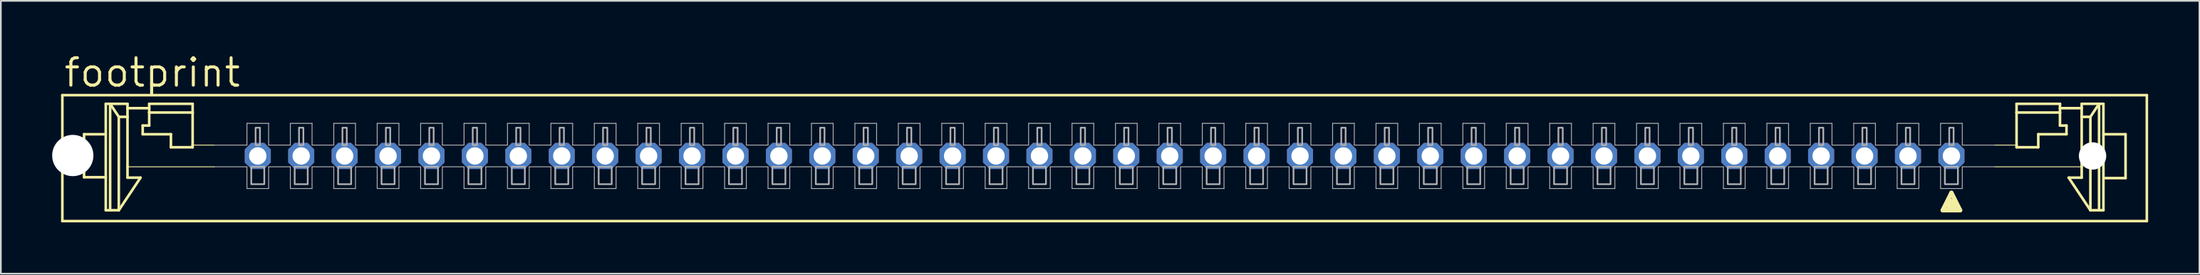
<source format=kicad_pcb>
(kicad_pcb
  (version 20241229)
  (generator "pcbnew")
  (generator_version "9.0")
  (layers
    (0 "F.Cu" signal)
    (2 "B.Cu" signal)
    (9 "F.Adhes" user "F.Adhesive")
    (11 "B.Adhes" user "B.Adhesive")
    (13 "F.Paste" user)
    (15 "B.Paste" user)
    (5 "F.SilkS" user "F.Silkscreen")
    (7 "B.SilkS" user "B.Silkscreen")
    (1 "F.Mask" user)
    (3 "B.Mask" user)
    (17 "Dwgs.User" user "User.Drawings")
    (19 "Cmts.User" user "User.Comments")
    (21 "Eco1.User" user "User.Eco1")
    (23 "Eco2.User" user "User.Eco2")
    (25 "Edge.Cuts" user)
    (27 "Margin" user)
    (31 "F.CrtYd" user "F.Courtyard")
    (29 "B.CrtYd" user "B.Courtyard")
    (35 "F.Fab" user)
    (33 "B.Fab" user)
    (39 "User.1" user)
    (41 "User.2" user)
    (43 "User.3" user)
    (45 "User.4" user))
  (footprint "footprint"
    (layer "F.Cu")
    (at 61.557 6.071)
    (property "Reference" "footprint" (at -60.96 -3.937 0) (layer "F.SilkS") (effects (font (size 1.6 1.6) (thickness 0.178)) (justify left bottom)))
    (fp_line (start -60.96 -3.556) (end -60.96 3.81) (stroke (width 0.152) (type solid)) (layer "F.SilkS"))
    (fp_line (start -60.96 3.81) (end 60.96 3.81) (stroke (width 0.152) (type solid)) (layer "F.SilkS"))
    (fp_line (start -59.69 -1.27) (end -59.69 1.245) (stroke (width 0.152) (type solid)) (layer "F.SilkS"))
    (fp_line (start -59.69 1.245) (end -58.42 1.245) (stroke (width 0.152) (type solid)) (layer "F.SilkS"))
    (fp_line (start -58.42 -3.048) (end -58.42 3.175) (stroke (width 0.152) (type solid)) (layer "F.SilkS"))
    (fp_line (start -58.42 -3.048) (end -58.166 -3.048) (stroke (width 0.152) (type solid)) (layer "F.SilkS"))
    (fp_line (start -58.42 -1.27) (end -59.69 -1.27) (stroke (width 0.152) (type solid)) (layer "F.SilkS"))
    (fp_line (start -58.166 -3.048) (end -58.166 3.175) (stroke (width 0.152) (type solid)) (layer "F.SilkS"))
    (fp_line (start -58.166 -3.048) (end -57.658 -2.286) (stroke (width 0.152) (type solid)) (layer "F.SilkS"))
    (fp_line (start -58.166 -3.048) (end -57.15 -3.048) (stroke (width 0.152) (type solid)) (layer "F.SilkS"))
    (fp_line (start -58.166 3.175) (end -58.42 3.175) (stroke (width 0.152) (type solid)) (layer "F.SilkS"))
    (fp_line (start -57.658 3.175) (end -58.166 3.175) (stroke (width 0.152) (type solid)) (layer "F.SilkS"))
    (fp_line (start -57.658 3.175) (end -57.658 -2.286) (stroke (width 0.152) (type solid)) (layer "F.SilkS"))
    (fp_line (start -57.15 -3.048) (end -57.15 -2.794) (stroke (width 0.152) (type solid)) (layer "F.SilkS"))
    (fp_line (start -57.15 -2.794) (end -57.15 -2.286) (stroke (width 0.152) (type solid)) (layer "F.SilkS"))
    (fp_line (start -57.15 -2.794) (end -55.88 -2.794) (stroke (width 0.152) (type solid)) (layer "F.SilkS"))
    (fp_line (start -57.15 -2.286) (end -57.658 -2.286) (stroke (width 0.152) (type solid)) (layer "F.SilkS"))
    (fp_line (start -57.15 0.635) (end -57.15 -2.286) (stroke (width 0.152) (type solid)) (layer "F.SilkS"))
    (fp_line (start -57.15 1.27) (end -57.15 0.635) (stroke (width 0.152) (type solid)) (layer "F.SilkS"))
    (fp_line (start -57.15 1.27) (end -56.388 1.27) (stroke (width 0.152) (type solid)) (layer "F.SilkS"))
    (fp_line (start -56.388 1.27) (end -57.658 3.175) (stroke (width 0.152) (type solid)) (layer "F.SilkS"))
    (fp_line (start -56.261 -1.778) (end -55.88 -1.778) (stroke (width 0.152) (type solid)) (layer "F.SilkS"))
    (fp_line (start -56.261 -1.27) (end -56.261 -1.778) (stroke (width 0.152) (type solid)) (layer "F.SilkS"))
    (fp_line (start -55.88 -3.048) (end -53.34 -3.048) (stroke (width 0.152) (type solid)) (layer "F.SilkS"))
    (fp_line (start -55.88 -2.794) (end -55.88 -3.048) (stroke (width 0.152) (type solid)) (layer "F.SilkS"))
    (fp_line (start -55.88 -2.54) (end -55.88 -2.794) (stroke (width 0.152) (type solid)) (layer "F.SilkS"))
    (fp_line (start -55.88 -2.54) (end -53.34 -2.54) (stroke (width 0.152) (type solid)) (layer "F.SilkS"))
    (fp_line (start -55.88 -1.778) (end -55.88 -2.54) (stroke (width 0.152) (type solid)) (layer "F.SilkS"))
    (fp_line (start -54.61 -1.27) (end -56.261 -1.27) (stroke (width 0.152) (type solid)) (layer "F.SilkS"))
    (fp_line (start -54.61 -0.508) (end -54.61 -1.27) (stroke (width 0.152) (type solid)) (layer "F.SilkS"))
    (fp_line (start -53.34 -3.048) (end -53.34 -2.54) (stroke (width 0.152) (type solid)) (layer "F.SilkS"))
    (fp_line (start -53.34 -2.54) (end -53.34 -0.635) (stroke (width 0.152) (type solid)) (layer "F.SilkS"))
    (fp_line (start -53.34 -0.635) (end -53.34 -0.508) (stroke (width 0.152) (type solid)) (layer "F.SilkS"))
    (fp_line (start -53.34 -0.508) (end -54.61 -0.508) (stroke (width 0.152) (type solid)) (layer "F.SilkS"))
    (fp_line (start -52.07 -0.635) (end -53.34 -0.635) (stroke (width 0.051) (type solid)) (layer "F.SilkS"))
    (fp_line (start -52.07 0.635) (end -57.15 0.635) (stroke (width 0.051) (type solid)) (layer "F.SilkS"))
    (fp_line (start 49.022 3.175) (end 50.038 3.175) (stroke (width 0.254) (type solid)) (layer "F.SilkS"))
    (fp_line (start 49.53 2.159) (end 49.022 3.175) (stroke (width 0.254) (type solid)) (layer "F.SilkS"))
    (fp_line (start 49.53 2.794) (end 49.53 2.921) (stroke (width 0.61) (type solid)) (layer "F.SilkS"))
    (fp_line (start 50.038 3.175) (end 49.53 2.159) (stroke (width 0.254) (type solid)) (layer "F.SilkS"))
    (fp_line (start 52.07 0.635) (end 57.15 0.635) (stroke (width 0.051) (type solid)) (layer "F.SilkS"))
    (fp_line (start 53.34 -3.048) (end 53.34 -2.54) (stroke (width 0.152) (type solid)) (layer "F.SilkS"))
    (fp_line (start 53.34 -2.54) (end 53.34 -0.635) (stroke (width 0.152) (type solid)) (layer "F.SilkS"))
    (fp_line (start 53.34 -0.635) (end 52.07 -0.635) (stroke (width 0.051) (type solid)) (layer "F.SilkS"))
    (fp_line (start 53.34 -0.635) (end 53.34 -0.508) (stroke (width 0.152) (type solid)) (layer "F.SilkS"))
    (fp_line (start 53.34 -0.508) (end 54.61 -0.508) (stroke (width 0.152) (type solid)) (layer "F.SilkS"))
    (fp_line (start 54.61 -1.27) (end 56.261 -1.27) (stroke (width 0.152) (type solid)) (layer "F.SilkS"))
    (fp_line (start 54.61 -0.508) (end 54.61 -1.27) (stroke (width 0.152) (type solid)) (layer "F.SilkS"))
    (fp_line (start 55.88 -3.048) (end 53.34 -3.048) (stroke (width 0.152) (type solid)) (layer "F.SilkS"))
    (fp_line (start 55.88 -2.794) (end 55.88 -3.048) (stroke (width 0.152) (type solid)) (layer "F.SilkS"))
    (fp_line (start 55.88 -2.54) (end 53.34 -2.54) (stroke (width 0.152) (type solid)) (layer "F.SilkS"))
    (fp_line (start 55.88 -2.54) (end 55.88 -2.794) (stroke (width 0.152) (type solid)) (layer "F.SilkS"))
    (fp_line (start 55.88 -1.778) (end 55.88 -2.54) (stroke (width 0.152) (type solid)) (layer "F.SilkS"))
    (fp_line (start 56.261 -1.778) (end 55.88 -1.778) (stroke (width 0.152) (type solid)) (layer "F.SilkS"))
    (fp_line (start 56.261 -1.27) (end 56.261 -1.778) (stroke (width 0.152) (type solid)) (layer "F.SilkS"))
    (fp_line (start 56.388 1.27) (end 57.658 3.175) (stroke (width 0.152) (type solid)) (layer "F.SilkS"))
    (fp_line (start 57.15 -3.048) (end 57.15 -2.794) (stroke (width 0.152) (type solid)) (layer "F.SilkS"))
    (fp_line (start 57.15 -2.794) (end 55.88 -2.794) (stroke (width 0.152) (type solid)) (layer "F.SilkS"))
    (fp_line (start 57.15 -2.794) (end 57.15 -2.286) (stroke (width 0.152) (type solid)) (layer "F.SilkS"))
    (fp_line (start 57.15 -2.286) (end 57.15 0.635) (stroke (width 0.152) (type solid)) (layer "F.SilkS"))
    (fp_line (start 57.15 -2.286) (end 57.658 -2.286) (stroke (width 0.152) (type solid)) (layer "F.SilkS"))
    (fp_line (start 57.15 0.635) (end 57.15 1.27) (stroke (width 0.152) (type solid)) (layer "F.SilkS"))
    (fp_line (start 57.15 1.27) (end 56.388 1.27) (stroke (width 0.152) (type solid)) (layer "F.SilkS"))
    (fp_line (start 57.658 3.175) (end 57.658 -2.286) (stroke (width 0.152) (type solid)) (layer "F.SilkS"))
    (fp_line (start 57.658 3.175) (end 58.166 3.175) (stroke (width 0.152) (type solid)) (layer "F.SilkS"))
    (fp_line (start 58.166 -3.048) (end 57.15 -3.048) (stroke (width 0.152) (type solid)) (layer "F.SilkS"))
    (fp_line (start 58.166 -3.048) (end 57.658 -2.286) (stroke (width 0.152) (type solid)) (layer "F.SilkS"))
    (fp_line (start 58.166 -3.048) (end 58.166 3.175) (stroke (width 0.152) (type solid)) (layer "F.SilkS"))
    (fp_line (start 58.166 3.175) (end 58.42 3.175) (stroke (width 0.152) (type solid)) (layer "F.SilkS"))
    (fp_line (start 58.42 -3.048) (end 58.166 -3.048) (stroke (width 0.152) (type solid)) (layer "F.SilkS"))
    (fp_line (start 58.42 -3.048) (end 58.42 3.175) (stroke (width 0.152) (type solid)) (layer "F.SilkS"))
    (fp_line (start 58.42 -1.27) (end 59.715 -1.27) (stroke (width 0.152) (type solid)) (layer "F.SilkS"))
    (fp_line (start 59.715 -1.27) (end 59.715 1.295) (stroke (width 0.152) (type solid)) (layer "F.SilkS"))
    (fp_line (start 59.715 1.295) (end 58.522 1.295) (stroke (width 0.152) (type solid)) (layer "F.SilkS"))
    (fp_line (start 60.96 -3.556) (end -60.96 -3.556) (stroke (width 0.152) (type solid)) (layer "F.SilkS"))
    (fp_line (start 60.96 3.81) (end 60.96 -3.556) (stroke (width 0.152) (type solid)) (layer "F.SilkS"))
    (fp_line (start -50.165 -0.635) (end -52.07 -0.635) (stroke (width 0.051) (type solid)) (layer "F.Fab"))
    (fp_line (start -50.165 -0.635) (end -50.165 -1.905) (stroke (width 0.051) (type solid)) (layer "F.Fab"))
    (fp_line (start -50.165 0.635) (end -52.07 0.635) (stroke (width 0.051) (type solid)) (layer "F.Fab"))
    (fp_line (start -50.165 0.635) (end -50.165 1.905) (stroke (width 0.051) (type solid)) (layer "F.Fab"))
    (fp_line (start -48.895 -1.905) (end -50.165 -1.905) (stroke (width 0.051) (type solid)) (layer "F.Fab"))
    (fp_line (start -48.895 -1.905) (end -48.895 -0.635) (stroke (width 0.051) (type solid)) (layer "F.Fab"))
    (fp_line (start -48.895 1.905) (end -50.165 1.905) (stroke (width 0.051) (type solid)) (layer "F.Fab"))
    (fp_line (start -48.895 1.905) (end -48.895 0.635) (stroke (width 0.051) (type solid)) (layer "F.Fab"))
    (fp_line (start -47.625 -0.635) (end -48.895 -0.635) (stroke (width 0.051) (type solid)) (layer "F.Fab"))
    (fp_line (start -47.625 -0.635) (end -47.625 -1.905) (stroke (width 0.051) (type solid)) (layer "F.Fab"))
    (fp_line (start -47.625 0.635) (end -48.895 0.635) (stroke (width 0.051) (type solid)) (layer "F.Fab"))
    (fp_line (start -47.625 0.635) (end -47.625 1.905) (stroke (width 0.051) (type solid)) (layer "F.Fab"))
    (fp_line (start -46.355 -1.905) (end -47.625 -1.905) (stroke (width 0.051) (type solid)) (layer "F.Fab"))
    (fp_line (start -46.355 -1.905) (end -46.355 -0.635) (stroke (width 0.051) (type solid)) (layer "F.Fab"))
    (fp_line (start -46.355 1.905) (end -47.625 1.905) (stroke (width 0.051) (type solid)) (layer "F.Fab"))
    (fp_line (start -46.355 1.905) (end -46.355 0.635) (stroke (width 0.051) (type solid)) (layer "F.Fab"))
    (fp_line (start -45.085 -0.635) (end -46.355 -0.635) (stroke (width 0.051) (type solid)) (layer "F.Fab"))
    (fp_line (start -45.085 -0.635) (end -45.085 -1.905) (stroke (width 0.051) (type solid)) (layer "F.Fab"))
    (fp_line (start -45.085 0.635) (end -46.355 0.635) (stroke (width 0.051) (type solid)) (layer "F.Fab"))
    (fp_line (start -45.085 0.635) (end -45.085 1.905) (stroke (width 0.051) (type solid)) (layer "F.Fab"))
    (fp_line (start -43.815 -1.905) (end -45.085 -1.905) (stroke (width 0.051) (type solid)) (layer "F.Fab"))
    (fp_line (start -43.815 -1.905) (end -43.815 -0.635) (stroke (width 0.051) (type solid)) (layer "F.Fab"))
    (fp_line (start -43.815 1.905) (end -45.085 1.905) (stroke (width 0.051) (type solid)) (layer "F.Fab"))
    (fp_line (start -43.815 1.905) (end -43.815 0.635) (stroke (width 0.051) (type solid)) (layer "F.Fab"))
    (fp_line (start -42.545 -0.635) (end -43.815 -0.635) (stroke (width 0.051) (type solid)) (layer "F.Fab"))
    (fp_line (start -42.545 -0.635) (end -42.545 -1.905) (stroke (width 0.051) (type solid)) (layer "F.Fab"))
    (fp_line (start -42.545 0.635) (end -43.815 0.635) (stroke (width 0.051) (type solid)) (layer "F.Fab"))
    (fp_line (start -42.545 0.635) (end -42.545 1.905) (stroke (width 0.051) (type solid)) (layer "F.Fab"))
    (fp_line (start -41.275 -1.905) (end -42.545 -1.905) (stroke (width 0.051) (type solid)) (layer "F.Fab"))
    (fp_line (start -41.275 -1.905) (end -41.275 -0.635) (stroke (width 0.051) (type solid)) (layer "F.Fab"))
    (fp_line (start -41.275 1.905) (end -42.545 1.905) (stroke (width 0.051) (type solid)) (layer "F.Fab"))
    (fp_line (start -41.275 1.905) (end -41.275 0.635) (stroke (width 0.051) (type solid)) (layer "F.Fab"))
    (fp_line (start -40.005 -0.635) (end -41.275 -0.635) (stroke (width 0.051) (type solid)) (layer "F.Fab"))
    (fp_line (start -40.005 -0.635) (end -40.005 -1.905) (stroke (width 0.051) (type solid)) (layer "F.Fab"))
    (fp_line (start -40.005 0.635) (end -41.275 0.635) (stroke (width 0.051) (type solid)) (layer "F.Fab"))
    (fp_line (start -40.005 0.635) (end -40.005 1.905) (stroke (width 0.051) (type solid)) (layer "F.Fab"))
    (fp_line (start -38.735 -1.905) (end -40.005 -1.905) (stroke (width 0.051) (type solid)) (layer "F.Fab"))
    (fp_line (start -38.735 -1.905) (end -38.735 -0.635) (stroke (width 0.051) (type solid)) (layer "F.Fab"))
    (fp_line (start -38.735 1.905) (end -40.005 1.905) (stroke (width 0.051) (type solid)) (layer "F.Fab"))
    (fp_line (start -38.735 1.905) (end -38.735 0.635) (stroke (width 0.051) (type solid)) (layer "F.Fab"))
    (fp_line (start -37.465 -0.635) (end -38.735 -0.635) (stroke (width 0.051) (type solid)) (layer "F.Fab"))
    (fp_line (start -37.465 -0.635) (end -37.465 -1.905) (stroke (width 0.051) (type solid)) (layer "F.Fab"))
    (fp_line (start -37.465 0.635) (end -38.735 0.635) (stroke (width 0.051) (type solid)) (layer "F.Fab"))
    (fp_line (start -37.465 0.635) (end -37.465 1.905) (stroke (width 0.051) (type solid)) (layer "F.Fab"))
    (fp_line (start -36.195 -1.905) (end -37.465 -1.905) (stroke (width 0.051) (type solid)) (layer "F.Fab"))
    (fp_line (start -36.195 -1.905) (end -36.195 -0.635) (stroke (width 0.051) (type solid)) (layer "F.Fab"))
    (fp_line (start -36.195 1.905) (end -37.465 1.905) (stroke (width 0.051) (type solid)) (layer "F.Fab"))
    (fp_line (start -36.195 1.905) (end -36.195 0.635) (stroke (width 0.051) (type solid)) (layer "F.Fab"))
    (fp_line (start -34.925 -0.635) (end -36.195 -0.635) (stroke (width 0.051) (type solid)) (layer "F.Fab"))
    (fp_line (start -34.925 -0.635) (end -34.925 -1.905) (stroke (width 0.051) (type solid)) (layer "F.Fab"))
    (fp_line (start -34.925 0.635) (end -36.195 0.635) (stroke (width 0.051) (type solid)) (layer "F.Fab"))
    (fp_line (start -34.925 0.635) (end -34.925 1.905) (stroke (width 0.051) (type solid)) (layer "F.Fab"))
    (fp_line (start -33.655 -1.905) (end -34.925 -1.905) (stroke (width 0.051) (type solid)) (layer "F.Fab"))
    (fp_line (start -33.655 -1.905) (end -33.655 -0.635) (stroke (width 0.051) (type solid)) (layer "F.Fab"))
    (fp_line (start -33.655 1.905) (end -34.925 1.905) (stroke (width 0.051) (type solid)) (layer "F.Fab"))
    (fp_line (start -33.655 1.905) (end -33.655 0.635) (stroke (width 0.051) (type solid)) (layer "F.Fab"))
    (fp_line (start -32.385 -0.635) (end -33.655 -0.635) (stroke (width 0.051) (type solid)) (layer "F.Fab"))
    (fp_line (start -32.385 -0.635) (end -32.385 -1.905) (stroke (width 0.051) (type solid)) (layer "F.Fab"))
    (fp_line (start -32.385 0.635) (end -33.655 0.635) (stroke (width 0.051) (type solid)) (layer "F.Fab"))
    (fp_line (start -32.385 0.635) (end -32.385 1.905) (stroke (width 0.051) (type solid)) (layer "F.Fab"))
    (fp_line (start -31.115 -1.905) (end -32.385 -1.905) (stroke (width 0.051) (type solid)) (layer "F.Fab"))
    (fp_line (start -31.115 -1.905) (end -31.115 -0.635) (stroke (width 0.051) (type solid)) (layer "F.Fab"))
    (fp_line (start -31.115 1.905) (end -32.385 1.905) (stroke (width 0.051) (type solid)) (layer "F.Fab"))
    (fp_line (start -31.115 1.905) (end -31.115 0.635) (stroke (width 0.051) (type solid)) (layer "F.Fab"))
    (fp_line (start -29.845 -0.635) (end -31.115 -0.635) (stroke (width 0.051) (type solid)) (layer "F.Fab"))
    (fp_line (start -29.845 -0.635) (end -29.845 -1.905) (stroke (width 0.051) (type solid)) (layer "F.Fab"))
    (fp_line (start -29.845 0.635) (end -31.115 0.635) (stroke (width 0.051) (type solid)) (layer "F.Fab"))
    (fp_line (start -29.845 0.635) (end -29.845 1.905) (stroke (width 0.051) (type solid)) (layer "F.Fab"))
    (fp_line (start -28.575 -1.905) (end -29.845 -1.905) (stroke (width 0.051) (type solid)) (layer "F.Fab"))
    (fp_line (start -28.575 -1.905) (end -28.575 -0.635) (stroke (width 0.051) (type solid)) (layer "F.Fab"))
    (fp_line (start -28.575 1.905) (end -29.845 1.905) (stroke (width 0.051) (type solid)) (layer "F.Fab"))
    (fp_line (start -28.575 1.905) (end -28.575 0.635) (stroke (width 0.051) (type solid)) (layer "F.Fab"))
    (fp_line (start -27.305 -0.635) (end -28.575 -0.635) (stroke (width 0.051) (type solid)) (layer "F.Fab"))
    (fp_line (start -27.305 -0.635) (end -27.305 -1.905) (stroke (width 0.051) (type solid)) (layer "F.Fab"))
    (fp_line (start -27.305 0.635) (end -28.575 0.635) (stroke (width 0.051) (type solid)) (layer "F.Fab"))
    (fp_line (start -27.305 0.635) (end -27.305 1.905) (stroke (width 0.051) (type solid)) (layer "F.Fab"))
    (fp_line (start -26.035 -1.905) (end -27.305 -1.905) (stroke (width 0.051) (type solid)) (layer "F.Fab"))
    (fp_line (start -26.035 -1.905) (end -26.035 -0.635) (stroke (width 0.051) (type solid)) (layer "F.Fab"))
    (fp_line (start -26.035 1.905) (end -27.305 1.905) (stroke (width 0.051) (type solid)) (layer "F.Fab"))
    (fp_line (start -26.035 1.905) (end -26.035 0.635) (stroke (width 0.051) (type solid)) (layer "F.Fab"))
    (fp_line (start -24.765 -0.635) (end -26.035 -0.635) (stroke (width 0.051) (type solid)) (layer "F.Fab"))
    (fp_line (start -24.765 -0.635) (end -24.765 -1.905) (stroke (width 0.051) (type solid)) (layer "F.Fab"))
    (fp_line (start -24.765 0.635) (end -26.035 0.635) (stroke (width 0.051) (type solid)) (layer "F.Fab"))
    (fp_line (start -24.765 0.635) (end -24.765 1.905) (stroke (width 0.051) (type solid)) (layer "F.Fab"))
    (fp_line (start -23.495 -1.905) (end -24.765 -1.905) (stroke (width 0.051) (type solid)) (layer "F.Fab"))
    (fp_line (start -23.495 -1.905) (end -23.495 -0.635) (stroke (width 0.051) (type solid)) (layer "F.Fab"))
    (fp_line (start -23.495 1.905) (end -24.765 1.905) (stroke (width 0.051) (type solid)) (layer "F.Fab"))
    (fp_line (start -23.495 1.905) (end -23.495 0.635) (stroke (width 0.051) (type solid)) (layer "F.Fab"))
    (fp_line (start -22.225 -0.635) (end -23.495 -0.635) (stroke (width 0.051) (type solid)) (layer "F.Fab"))
    (fp_line (start -22.225 -0.635) (end -22.225 -1.905) (stroke (width 0.051) (type solid)) (layer "F.Fab"))
    (fp_line (start -22.225 0.635) (end -23.495 0.635) (stroke (width 0.051) (type solid)) (layer "F.Fab"))
    (fp_line (start -22.225 0.635) (end -22.225 1.905) (stroke (width 0.051) (type solid)) (layer "F.Fab"))
    (fp_line (start -20.955 -1.905) (end -22.225 -1.905) (stroke (width 0.051) (type solid)) (layer "F.Fab"))
    (fp_line (start -20.955 -1.905) (end -20.955 -0.635) (stroke (width 0.051) (type solid)) (layer "F.Fab"))
    (fp_line (start -20.955 1.905) (end -22.225 1.905) (stroke (width 0.051) (type solid)) (layer "F.Fab"))
    (fp_line (start -20.955 1.905) (end -20.955 0.635) (stroke (width 0.051) (type solid)) (layer "F.Fab"))
    (fp_line (start -19.685 -0.635) (end -20.955 -0.635) (stroke (width 0.051) (type solid)) (layer "F.Fab"))
    (fp_line (start -19.685 -0.635) (end -19.685 -1.905) (stroke (width 0.051) (type solid)) (layer "F.Fab"))
    (fp_line (start -19.685 0.635) (end -20.955 0.635) (stroke (width 0.051) (type solid)) (layer "F.Fab"))
    (fp_line (start -19.685 0.635) (end -19.685 1.905) (stroke (width 0.051) (type solid)) (layer "F.Fab"))
    (fp_line (start -18.415 -1.905) (end -19.685 -1.905) (stroke (width 0.051) (type solid)) (layer "F.Fab"))
    (fp_line (start -18.415 -1.905) (end -18.415 -0.635) (stroke (width 0.051) (type solid)) (layer "F.Fab"))
    (fp_line (start -18.415 1.905) (end -19.685 1.905) (stroke (width 0.051) (type solid)) (layer "F.Fab"))
    (fp_line (start -18.415 1.905) (end -18.415 0.635) (stroke (width 0.051) (type solid)) (layer "F.Fab"))
    (fp_line (start -17.145 -0.635) (end -18.415 -0.635) (stroke (width 0.051) (type solid)) (layer "F.Fab"))
    (fp_line (start -17.145 -0.635) (end -17.145 -1.905) (stroke (width 0.051) (type solid)) (layer "F.Fab"))
    (fp_line (start -17.145 0.635) (end -18.415 0.635) (stroke (width 0.051) (type solid)) (layer "F.Fab"))
    (fp_line (start -17.145 0.635) (end -17.145 1.905) (stroke (width 0.051) (type solid)) (layer "F.Fab"))
    (fp_line (start -15.875 -1.905) (end -17.145 -1.905) (stroke (width 0.051) (type solid)) (layer "F.Fab"))
    (fp_line (start -15.875 -1.905) (end -15.875 -0.635) (stroke (width 0.051) (type solid)) (layer "F.Fab"))
    (fp_line (start -15.875 1.905) (end -17.145 1.905) (stroke (width 0.051) (type solid)) (layer "F.Fab"))
    (fp_line (start -15.875 1.905) (end -15.875 0.635) (stroke (width 0.051) (type solid)) (layer "F.Fab"))
    (fp_line (start -14.605 -0.635) (end -15.875 -0.635) (stroke (width 0.051) (type solid)) (layer "F.Fab"))
    (fp_line (start -14.605 -0.635) (end -14.605 -1.905) (stroke (width 0.051) (type solid)) (layer "F.Fab"))
    (fp_line (start -14.605 0.635) (end -15.875 0.635) (stroke (width 0.051) (type solid)) (layer "F.Fab"))
    (fp_line (start -14.605 0.635) (end -14.605 1.905) (stroke (width 0.051) (type solid)) (layer "F.Fab"))
    (fp_line (start -13.335 -1.905) (end -14.605 -1.905) (stroke (width 0.051) (type solid)) (layer "F.Fab"))
    (fp_line (start -13.335 -1.905) (end -13.335 -0.635) (stroke (width 0.051) (type solid)) (layer "F.Fab"))
    (fp_line (start -13.335 1.905) (end -14.605 1.905) (stroke (width 0.051) (type solid)) (layer "F.Fab"))
    (fp_line (start -13.335 1.905) (end -13.335 0.635) (stroke (width 0.051) (type solid)) (layer "F.Fab"))
    (fp_line (start -12.065 -0.635) (end -13.335 -0.635) (stroke (width 0.051) (type solid)) (layer "F.Fab"))
    (fp_line (start -12.065 -0.635) (end -12.065 -1.905) (stroke (width 0.051) (type solid)) (layer "F.Fab"))
    (fp_line (start -12.065 0.635) (end -13.335 0.635) (stroke (width 0.051) (type solid)) (layer "F.Fab"))
    (fp_line (start -12.065 0.635) (end -12.065 1.905) (stroke (width 0.051) (type solid)) (layer "F.Fab"))
    (fp_line (start -10.795 -1.905) (end -12.065 -1.905) (stroke (width 0.051) (type solid)) (layer "F.Fab"))
    (fp_line (start -10.795 -1.905) (end -10.795 -0.635) (stroke (width 0.051) (type solid)) (layer "F.Fab"))
    (fp_line (start -10.795 1.905) (end -12.065 1.905) (stroke (width 0.051) (type solid)) (layer "F.Fab"))
    (fp_line (start -10.795 1.905) (end -10.795 0.635) (stroke (width 0.051) (type solid)) (layer "F.Fab"))
    (fp_line (start -9.525 -0.635) (end -10.795 -0.635) (stroke (width 0.051) (type solid)) (layer "F.Fab"))
    (fp_line (start -9.525 -0.635) (end -9.525 -1.905) (stroke (width 0.051) (type solid)) (layer "F.Fab"))
    (fp_line (start -9.525 0.635) (end -10.795 0.635) (stroke (width 0.051) (type solid)) (layer "F.Fab"))
    (fp_line (start -9.525 0.635) (end -9.525 1.905) (stroke (width 0.051) (type solid)) (layer "F.Fab"))
    (fp_line (start -8.255 -1.905) (end -9.525 -1.905) (stroke (width 0.051) (type solid)) (layer "F.Fab"))
    (fp_line (start -8.255 -1.905) (end -8.255 -0.635) (stroke (width 0.051) (type solid)) (layer "F.Fab"))
    (fp_line (start -8.255 1.905) (end -9.525 1.905) (stroke (width 0.051) (type solid)) (layer "F.Fab"))
    (fp_line (start -8.255 1.905) (end -8.255 0.635) (stroke (width 0.051) (type solid)) (layer "F.Fab"))
    (fp_line (start -6.985 -0.635) (end -8.255 -0.635) (stroke (width 0.051) (type solid)) (layer "F.Fab"))
    (fp_line (start -6.985 -0.635) (end -6.985 -1.905) (stroke (width 0.051) (type solid)) (layer "F.Fab"))
    (fp_line (start -6.985 0.635) (end -8.255 0.635) (stroke (width 0.051) (type solid)) (layer "F.Fab"))
    (fp_line (start -6.985 0.635) (end -6.985 1.905) (stroke (width 0.051) (type solid)) (layer "F.Fab"))
    (fp_line (start -5.715 -1.905) (end -6.985 -1.905) (stroke (width 0.051) (type solid)) (layer "F.Fab"))
    (fp_line (start -5.715 -1.905) (end -5.715 -0.635) (stroke (width 0.051) (type solid)) (layer "F.Fab"))
    (fp_line (start -5.715 1.905) (end -6.985 1.905) (stroke (width 0.051) (type solid)) (layer "F.Fab"))
    (fp_line (start -5.715 1.905) (end -5.715 0.635) (stroke (width 0.051) (type solid)) (layer "F.Fab"))
    (fp_line (start -4.445 -1.905) (end -3.175 -1.905) (stroke (width 0.051) (type solid)) (layer "F.Fab"))
    (fp_line (start -4.445 -0.635) (end -5.715 -0.635) (stroke (width 0.051) (type solid)) (layer "F.Fab"))
    (fp_line (start -4.445 -0.635) (end -4.445 -1.905) (stroke (width 0.051) (type solid)) (layer "F.Fab"))
    (fp_line (start -4.445 0.635) (end -5.715 0.635) (stroke (width 0.051) (type solid)) (layer "F.Fab"))
    (fp_line (start -4.445 1.905) (end -4.445 0.635) (stroke (width 0.051) (type solid)) (layer "F.Fab"))
    (fp_line (start -4.445 1.905) (end -3.175 1.905) (stroke (width 0.051) (type solid)) (layer "F.Fab"))
    (fp_line (start -3.175 -1.905) (end -3.175 -0.635) (stroke (width 0.051) (type solid)) (layer "F.Fab"))
    (fp_line (start -3.175 -0.635) (end -1.905 -0.635) (stroke (width 0.051) (type solid)) (layer "F.Fab"))
    (fp_line (start -3.175 0.635) (end -1.905 0.635) (stroke (width 0.051) (type solid)) (layer "F.Fab"))
    (fp_line (start -3.175 1.905) (end -3.175 0.635) (stroke (width 0.051) (type solid)) (layer "F.Fab"))
    (fp_line (start -1.905 -1.905) (end -0.635 -1.905) (stroke (width 0.051) (type solid)) (layer "F.Fab"))
    (fp_line (start -1.905 -0.635) (end -1.905 -1.905) (stroke (width 0.051) (type solid)) (layer "F.Fab"))
    (fp_line (start -1.905 0.635) (end -1.905 1.905) (stroke (width 0.051) (type solid)) (layer "F.Fab"))
    (fp_line (start -1.905 1.905) (end -0.635 1.905) (stroke (width 0.051) (type solid)) (layer "F.Fab"))
    (fp_line (start -0.635 -1.905) (end -0.635 -0.635) (stroke (width 0.051) (type solid)) (layer "F.Fab"))
    (fp_line (start -0.635 -0.635) (end 0.635 -0.635) (stroke (width 0.051) (type solid)) (layer "F.Fab"))
    (fp_line (start -0.635 0.635) (end -0.635 1.905) (stroke (width 0.051) (type solid)) (layer "F.Fab"))
    (fp_line (start -0.635 0.635) (end 0.635 0.635) (stroke (width 0.051) (type solid)) (layer "F.Fab"))
    (fp_line (start 0.635 -0.635) (end 0.635 -1.905) (stroke (width 0.051) (type solid)) (layer "F.Fab"))
    (fp_line (start 0.635 1.905) (end 0.635 0.635) (stroke (width 0.051) (type solid)) (layer "F.Fab"))
    (fp_line (start 0.635 1.905) (end 1.905 1.905) (stroke (width 0.051) (type solid)) (layer "F.Fab"))
    (fp_line (start 1.905 -1.905) (end 0.635 -1.905) (stroke (width 0.051) (type solid)) (layer "F.Fab"))
    (fp_line (start 1.905 -1.905) (end 1.905 -0.635) (stroke (width 0.051) (type solid)) (layer "F.Fab"))
    (fp_line (start 1.905 0.635) (end 3.175 0.635) (stroke (width 0.051) (type solid)) (layer "F.Fab"))
    (fp_line (start 1.905 1.905) (end 1.905 0.635) (stroke (width 0.051) (type solid)) (layer "F.Fab"))
    (fp_line (start 3.175 -0.635) (end 1.905 -0.635) (stroke (width 0.051) (type solid)) (layer "F.Fab"))
    (fp_line (start 3.175 -0.635) (end 3.175 -1.905) (stroke (width 0.051) (type solid)) (layer "F.Fab"))
    (fp_line (start 3.175 1.905) (end 3.175 0.635) (stroke (width 0.051) (type solid)) (layer "F.Fab"))
    (fp_line (start 3.175 1.905) (end 4.445 1.905) (stroke (width 0.051) (type solid)) (layer "F.Fab"))
    (fp_line (start 4.445 -1.905) (end 3.175 -1.905) (stroke (width 0.051) (type solid)) (layer "F.Fab"))
    (fp_line (start 4.445 -1.905) (end 4.445 -0.635) (stroke (width 0.051) (type solid)) (layer "F.Fab"))
    (fp_line (start 4.445 0.635) (end 5.715 0.635) (stroke (width 0.051) (type solid)) (layer "F.Fab"))
    (fp_line (start 4.445 1.905) (end 4.445 0.635) (stroke (width 0.051) (type solid)) (layer "F.Fab"))
    (fp_line (start 5.715 -0.635) (end 4.445 -0.635) (stroke (width 0.051) (type solid)) (layer "F.Fab"))
    (fp_line (start 5.715 -0.635) (end 5.715 -1.905) (stroke (width 0.051) (type solid)) (layer "F.Fab"))
    (fp_line (start 5.715 1.905) (end 5.715 0.635) (stroke (width 0.051) (type solid)) (layer "F.Fab"))
    (fp_line (start 5.715 1.905) (end 6.985 1.905) (stroke (width 0.051) (type solid)) (layer "F.Fab"))
    (fp_line (start 6.985 -1.905) (end 5.715 -1.905) (stroke (width 0.051) (type solid)) (layer "F.Fab"))
    (fp_line (start 6.985 -1.905) (end 6.985 -0.635) (stroke (width 0.051) (type solid)) (layer "F.Fab"))
    (fp_line (start 6.985 0.635) (end 8.255 0.635) (stroke (width 0.051) (type solid)) (layer "F.Fab"))
    (fp_line (start 6.985 1.905) (end 6.985 0.635) (stroke (width 0.051) (type solid)) (layer "F.Fab"))
    (fp_line (start 8.255 -0.635) (end 6.985 -0.635) (stroke (width 0.051) (type solid)) (layer "F.Fab"))
    (fp_line (start 8.255 -0.635) (end 8.255 -1.905) (stroke (width 0.051) (type solid)) (layer "F.Fab"))
    (fp_line (start 8.255 1.905) (end 8.255 0.635) (stroke (width 0.051) (type solid)) (layer "F.Fab"))
    (fp_line (start 8.255 1.905) (end 9.525 1.905) (stroke (width 0.051) (type solid)) (layer "F.Fab"))
    (fp_line (start 9.525 -1.905) (end 8.255 -1.905) (stroke (width 0.051) (type solid)) (layer "F.Fab"))
    (fp_line (start 9.525 -1.905) (end 9.525 -0.635) (stroke (width 0.051) (type solid)) (layer "F.Fab"))
    (fp_line (start 9.525 -0.635) (end 10.795 -0.635) (stroke (width 0.051) (type solid)) (layer "F.Fab"))
    (fp_line (start 9.525 0.635) (end 10.795 0.635) (stroke (width 0.051) (type solid)) (layer "F.Fab"))
    (fp_line (start 9.525 1.905) (end 9.525 0.635) (stroke (width 0.051) (type solid)) (layer "F.Fab"))
    (fp_line (start 10.795 -0.635) (end 10.795 -1.905) (stroke (width 0.051) (type solid)) (layer "F.Fab"))
    (fp_line (start 10.795 1.905) (end 10.795 0.635) (stroke (width 0.051) (type solid)) (layer "F.Fab"))
    (fp_line (start 10.795 1.905) (end 12.065 1.905) (stroke (width 0.051) (type solid)) (layer "F.Fab"))
    (fp_line (start 12.065 -1.905) (end 10.795 -1.905) (stroke (width 0.051) (type solid)) (layer "F.Fab"))
    (fp_line (start 12.065 -1.905) (end 12.065 -0.635) (stroke (width 0.051) (type solid)) (layer "F.Fab"))
    (fp_line (start 12.065 0.635) (end 12.065 1.905) (stroke (width 0.051) (type solid)) (layer "F.Fab"))
    (fp_line (start 12.065 0.635) (end 13.335 0.635) (stroke (width 0.051) (type solid)) (layer "F.Fab"))
    (fp_line (start 13.335 -0.635) (end 12.065 -0.635) (stroke (width 0.051) (type solid)) (layer "F.Fab"))
    (fp_line (start 13.335 -0.635) (end 13.335 -1.905) (stroke (width 0.051) (type solid)) (layer "F.Fab"))
    (fp_line (start 13.335 1.905) (end 13.335 0.635) (stroke (width 0.051) (type solid)) (layer "F.Fab"))
    (fp_line (start 13.335 1.905) (end 14.605 1.905) (stroke (width 0.051) (type solid)) (layer "F.Fab"))
    (fp_line (start 14.605 -1.905) (end 13.335 -1.905) (stroke (width 0.051) (type solid)) (layer "F.Fab"))
    (fp_line (start 14.605 -1.905) (end 14.605 -0.635) (stroke (width 0.051) (type solid)) (layer "F.Fab"))
    (fp_line (start 14.605 0.635) (end 14.605 1.905) (stroke (width 0.051) (type solid)) (layer "F.Fab"))
    (fp_line (start 14.605 0.635) (end 15.875 0.635) (stroke (width 0.051) (type solid)) (layer "F.Fab"))
    (fp_line (start 15.875 -0.635) (end 14.605 -0.635) (stroke (width 0.051) (type solid)) (layer "F.Fab"))
    (fp_line (start 15.875 -0.635) (end 15.875 -1.905) (stroke (width 0.051) (type solid)) (layer "F.Fab"))
    (fp_line (start 15.875 0.635) (end 15.875 1.905) (stroke (width 0.051) (type solid)) (layer "F.Fab"))
    (fp_line (start 15.875 1.905) (end 17.145 1.905) (stroke (width 0.051) (type solid)) (layer "F.Fab"))
    (fp_line (start 17.145 -1.905) (end 15.875 -1.905) (stroke (width 0.051) (type solid)) (layer "F.Fab"))
    (fp_line (start 17.145 -1.905) (end 17.145 -0.635) (stroke (width 0.051) (type solid)) (layer "F.Fab"))
    (fp_line (start 17.145 0.635) (end 17.145 1.905) (stroke (width 0.051) (type solid)) (layer "F.Fab"))
    (fp_line (start 17.145 0.635) (end 18.415 0.635) (stroke (width 0.051) (type solid)) (layer "F.Fab"))
    (fp_line (start 18.415 -0.635) (end 17.145 -0.635) (stroke (width 0.051) (type solid)) (layer "F.Fab"))
    (fp_line (start 18.415 -0.635) (end 18.415 -1.905) (stroke (width 0.051) (type solid)) (layer "F.Fab"))
    (fp_line (start 18.415 1.905) (end 18.415 0.635) (stroke (width 0.051) (type solid)) (layer "F.Fab"))
    (fp_line (start 18.415 1.905) (end 19.685 1.905) (stroke (width 0.051) (type solid)) (layer "F.Fab"))
    (fp_line (start 19.685 -1.905) (end 18.415 -1.905) (stroke (width 0.051) (type solid)) (layer "F.Fab"))
    (fp_line (start 19.685 -1.905) (end 19.685 -0.635) (stroke (width 0.051) (type solid)) (layer "F.Fab"))
    (fp_line (start 19.685 0.635) (end 19.685 1.905) (stroke (width 0.051) (type solid)) (layer "F.Fab"))
    (fp_line (start 19.685 0.635) (end 20.955 0.635) (stroke (width 0.051) (type solid)) (layer "F.Fab"))
    (fp_line (start 20.955 -0.635) (end 19.685 -0.635) (stroke (width 0.051) (type solid)) (layer "F.Fab"))
    (fp_line (start 20.955 -0.635) (end 20.955 -1.905) (stroke (width 0.051) (type solid)) (layer "F.Fab"))
    (fp_line (start 20.955 1.905) (end 20.955 0.635) (stroke (width 0.051) (type solid)) (layer "F.Fab"))
    (fp_line (start 20.955 1.905) (end 22.225 1.905) (stroke (width 0.051) (type solid)) (layer "F.Fab"))
    (fp_line (start 22.225 -1.905) (end 20.955 -1.905) (stroke (width 0.051) (type solid)) (layer "F.Fab"))
    (fp_line (start 22.225 -1.905) (end 22.225 -0.635) (stroke (width 0.051) (type solid)) (layer "F.Fab"))
    (fp_line (start 22.225 0.635) (end 22.225 1.905) (stroke (width 0.051) (type solid)) (layer "F.Fab"))
    (fp_line (start 22.225 0.635) (end 23.495 0.635) (stroke (width 0.051) (type solid)) (layer "F.Fab"))
    (fp_line (start 23.495 -0.635) (end 22.225 -0.635) (stroke (width 0.051) (type solid)) (layer "F.Fab"))
    (fp_line (start 23.495 -0.635) (end 23.495 -1.905) (stroke (width 0.051) (type solid)) (layer "F.Fab"))
    (fp_line (start 23.495 1.905) (end 23.495 0.635) (stroke (width 0.051) (type solid)) (layer "F.Fab"))
    (fp_line (start 23.495 1.905) (end 24.765 1.905) (stroke (width 0.051) (type solid)) (layer "F.Fab"))
    (fp_line (start 24.765 -1.905) (end 23.495 -1.905) (stroke (width 0.051) (type solid)) (layer "F.Fab"))
    (fp_line (start 24.765 -1.905) (end 24.765 -0.635) (stroke (width 0.051) (type solid)) (layer "F.Fab"))
    (fp_line (start 24.765 0.635) (end 26.035 0.635) (stroke (width 0.051) (type solid)) (layer "F.Fab"))
    (fp_line (start 24.765 1.905) (end 24.765 0.635) (stroke (width 0.051) (type solid)) (layer "F.Fab"))
    (fp_line (start 26.035 -0.635) (end 24.765 -0.635) (stroke (width 0.051) (type solid)) (layer "F.Fab"))
    (fp_line (start 26.035 -0.635) (end 26.035 -1.905) (stroke (width 0.051) (type solid)) (layer "F.Fab"))
    (fp_line (start 26.035 1.905) (end 26.035 0.635) (stroke (width 0.051) (type solid)) (layer "F.Fab"))
    (fp_line (start 26.035 1.905) (end 27.305 1.905) (stroke (width 0.051) (type solid)) (layer "F.Fab"))
    (fp_line (start 27.305 -1.905) (end 26.035 -1.905) (stroke (width 0.051) (type solid)) (layer "F.Fab"))
    (fp_line (start 27.305 -1.905) (end 27.305 -0.635) (stroke (width 0.051) (type solid)) (layer "F.Fab"))
    (fp_line (start 27.305 -0.635) (end 28.575 -0.635) (stroke (width 0.051) (type solid)) (layer "F.Fab"))
    (fp_line (start 27.305 0.635) (end 28.575 0.635) (stroke (width 0.051) (type solid)) (layer "F.Fab"))
    (fp_line (start 27.305 1.905) (end 27.305 0.635) (stroke (width 0.051) (type solid)) (layer "F.Fab"))
    (fp_line (start 28.575 -0.635) (end 28.575 -1.905) (stroke (width 0.051) (type solid)) (layer "F.Fab"))
    (fp_line (start 28.575 1.905) (end 28.575 0.635) (stroke (width 0.051) (type solid)) (layer "F.Fab"))
    (fp_line (start 28.575 1.905) (end 29.845 1.905) (stroke (width 0.051) (type solid)) (layer "F.Fab"))
    (fp_line (start 29.845 -1.905) (end 28.575 -1.905) (stroke (width 0.051) (type solid)) (layer "F.Fab"))
    (fp_line (start 29.845 -1.905) (end 29.845 -0.635) (stroke (width 0.051) (type solid)) (layer "F.Fab"))
    (fp_line (start 29.845 0.635) (end 29.845 1.905) (stroke (width 0.051) (type solid)) (layer "F.Fab"))
    (fp_line (start 29.845 0.635) (end 31.115 0.635) (stroke (width 0.051) (type solid)) (layer "F.Fab"))
    (fp_line (start 31.115 -0.635) (end 29.845 -0.635) (stroke (width 0.051) (type solid)) (layer "F.Fab"))
    (fp_line (start 31.115 -0.635) (end 31.115 -1.905) (stroke (width 0.051) (type solid)) (layer "F.Fab"))
    (fp_line (start 31.115 0.635) (end 31.115 1.905) (stroke (width 0.051) (type solid)) (layer "F.Fab"))
    (fp_line (start 31.115 1.905) (end 32.385 1.905) (stroke (width 0.051) (type solid)) (layer "F.Fab"))
    (fp_line (start 32.385 -1.905) (end 31.115 -1.905) (stroke (width 0.051) (type solid)) (layer "F.Fab"))
    (fp_line (start 32.385 -1.905) (end 32.385 -0.635) (stroke (width 0.051) (type solid)) (layer "F.Fab"))
    (fp_line (start 32.385 0.635) (end 32.385 1.905) (stroke (width 0.051) (type solid)) (layer "F.Fab"))
    (fp_line (start 32.385 0.635) (end 33.655 0.635) (stroke (width 0.051) (type solid)) (layer "F.Fab"))
    (fp_line (start 33.655 -0.635) (end 32.385 -0.635) (stroke (width 0.051) (type solid)) (layer "F.Fab"))
    (fp_line (start 33.655 -0.635) (end 33.655 -1.905) (stroke (width 0.051) (type solid)) (layer "F.Fab"))
    (fp_line (start 33.655 0.635) (end 33.655 1.905) (stroke (width 0.051) (type solid)) (layer "F.Fab"))
    (fp_line (start 33.655 1.905) (end 34.925 1.905) (stroke (width 0.051) (type solid)) (layer "F.Fab"))
    (fp_line (start 34.925 -1.905) (end 33.655 -1.905) (stroke (width 0.051) (type solid)) (layer "F.Fab"))
    (fp_line (start 34.925 -1.905) (end 34.925 -0.635) (stroke (width 0.051) (type solid)) (layer "F.Fab"))
    (fp_line (start 34.925 0.635) (end 34.925 1.905) (stroke (width 0.051) (type solid)) (layer "F.Fab"))
    (fp_line (start 34.925 0.635) (end 36.195 0.635) (stroke (width 0.051) (type solid)) (layer "F.Fab"))
    (fp_line (start 36.195 -0.635) (end 34.925 -0.635) (stroke (width 0.051) (type solid)) (layer "F.Fab"))
    (fp_line (start 36.195 -0.635) (end 36.195 -1.905) (stroke (width 0.051) (type solid)) (layer "F.Fab"))
    (fp_line (start 36.195 0.635) (end 36.195 1.905) (stroke (width 0.051) (type solid)) (layer "F.Fab"))
    (fp_line (start 36.195 1.905) (end 37.465 1.905) (stroke (width 0.051) (type solid)) (layer "F.Fab"))
    (fp_line (start 37.465 -1.905) (end 36.195 -1.905) (stroke (width 0.051) (type solid)) (layer "F.Fab"))
    (fp_line (start 37.465 -1.905) (end 37.465 -0.635) (stroke (width 0.051) (type solid)) (layer "F.Fab"))
    (fp_line (start 37.465 0.635) (end 38.735 0.635) (stroke (width 0.051) (type solid)) (layer "F.Fab"))
    (fp_line (start 37.465 1.905) (end 37.465 0.635) (stroke (width 0.051) (type solid)) (layer "F.Fab"))
    (fp_line (start 38.735 -0.635) (end 37.465 -0.635) (stroke (width 0.051) (type solid)) (layer "F.Fab"))
    (fp_line (start 38.735 -0.635) (end 38.735 -1.905) (stroke (width 0.051) (type solid)) (layer "F.Fab"))
    (fp_line (start 38.735 1.905) (end 38.735 0.635) (stroke (width 0.051) (type solid)) (layer "F.Fab"))
    (fp_line (start 38.735 1.905) (end 40.005 1.905) (stroke (width 0.051) (type solid)) (layer "F.Fab"))
    (fp_line (start 40.005 -1.905) (end 38.735 -1.905) (stroke (width 0.051) (type solid)) (layer "F.Fab"))
    (fp_line (start 40.005 -1.905) (end 40.005 -0.635) (stroke (width 0.051) (type solid)) (layer "F.Fab"))
    (fp_line (start 40.005 0.635) (end 41.275 0.635) (stroke (width 0.051) (type solid)) (layer "F.Fab"))
    (fp_line (start 40.005 1.905) (end 40.005 0.635) (stroke (width 0.051) (type solid)) (layer "F.Fab"))
    (fp_line (start 41.275 -0.635) (end 40.005 -0.635) (stroke (width 0.051) (type solid)) (layer "F.Fab"))
    (fp_line (start 41.275 -0.635) (end 41.275 -1.905) (stroke (width 0.051) (type solid)) (layer "F.Fab"))
    (fp_line (start 41.275 0.635) (end 41.275 1.905) (stroke (width 0.051) (type solid)) (layer "F.Fab"))
    (fp_line (start 41.275 1.905) (end 42.545 1.905) (stroke (width 0.051) (type solid)) (layer "F.Fab"))
    (fp_line (start 42.545 -1.905) (end 41.275 -1.905) (stroke (width 0.051) (type solid)) (layer "F.Fab"))
    (fp_line (start 42.545 -1.905) (end 42.545 -0.635) (stroke (width 0.051) (type solid)) (layer "F.Fab"))
    (fp_line (start 42.545 0.635) (end 43.815 0.635) (stroke (width 0.051) (type solid)) (layer "F.Fab"))
    (fp_line (start 42.545 1.905) (end 42.545 0.635) (stroke (width 0.051) (type solid)) (layer "F.Fab"))
    (fp_line (start 43.815 -0.635) (end 42.545 -0.635) (stroke (width 0.051) (type solid)) (layer "F.Fab"))
    (fp_line (start 43.815 -0.635) (end 43.815 -1.905) (stroke (width 0.051) (type solid)) (layer "F.Fab"))
    (fp_line (start 43.815 0.635) (end 43.815 1.905) (stroke (width 0.051) (type solid)) (layer "F.Fab"))
    (fp_line (start 43.815 1.905) (end 45.085 1.905) (stroke (width 0.051) (type solid)) (layer "F.Fab"))
    (fp_line (start 45.085 -1.905) (end 43.815 -1.905) (stroke (width 0.051) (type solid)) (layer "F.Fab"))
    (fp_line (start 45.085 -1.905) (end 45.085 -0.635) (stroke (width 0.051) (type solid)) (layer "F.Fab"))
    (fp_line (start 45.085 0.635) (end 45.085 1.905) (stroke (width 0.051) (type solid)) (layer "F.Fab"))
    (fp_line (start 45.085 0.635) (end 46.355 0.635) (stroke (width 0.051) (type solid)) (layer "F.Fab"))
    (fp_line (start 46.355 -0.635) (end 45.085 -0.635) (stroke (width 0.051) (type solid)) (layer "F.Fab"))
    (fp_line (start 46.355 -0.635) (end 46.355 -1.905) (stroke (width 0.051) (type solid)) (layer "F.Fab"))
    (fp_line (start 46.355 0.635) (end 46.355 1.905) (stroke (width 0.051) (type solid)) (layer "F.Fab"))
    (fp_line (start 46.355 1.905) (end 47.625 1.905) (stroke (width 0.051) (type solid)) (layer "F.Fab"))
    (fp_line (start 47.625 -1.905) (end 46.355 -1.905) (stroke (width 0.051) (type solid)) (layer "F.Fab"))
    (fp_line (start 47.625 -1.905) (end 47.625 -0.635) (stroke (width 0.051) (type solid)) (layer "F.Fab"))
    (fp_line (start 47.625 0.635) (end 47.625 1.905) (stroke (width 0.051) (type solid)) (layer "F.Fab"))
    (fp_line (start 47.625 0.635) (end 48.895 0.635) (stroke (width 0.051) (type solid)) (layer "F.Fab"))
    (fp_line (start 48.895 -0.635) (end 47.625 -0.635) (stroke (width 0.051) (type solid)) (layer "F.Fab"))
    (fp_line (start 48.895 -0.635) (end 48.895 -1.905) (stroke (width 0.051) (type solid)) (layer "F.Fab"))
    (fp_line (start 48.895 0.635) (end 48.895 1.905) (stroke (width 0.051) (type solid)) (layer "F.Fab"))
    (fp_line (start 48.895 1.905) (end 50.165 1.905) (stroke (width 0.051) (type solid)) (layer "F.Fab"))
    (fp_line (start 50.165 -1.905) (end 48.895 -1.905) (stroke (width 0.051) (type solid)) (layer "F.Fab"))
    (fp_line (start 50.165 -1.905) (end 50.165 -0.635) (stroke (width 0.051) (type solid)) (layer "F.Fab"))
    (fp_line (start 50.165 1.905) (end 50.165 0.635) (stroke (width 0.051) (type solid)) (layer "F.Fab"))
    (fp_line (start 52.07 -0.635) (end 50.165 -0.635) (stroke (width 0.051) (type solid)) (layer "F.Fab"))
    (fp_line (start 52.07 0.635) (end 50.165 0.635) (stroke (width 0.051) (type solid)) (layer "F.Fab"))
    (fp_poly (pts (xy -49.911 1.651) (xy -49.149 1.651) (xy -49.149 0.635) (xy -49.911 0.635)) (stroke (width 0.1) (type solid)) (fill no) (layer "F.Fab"))
    (fp_poly (pts (xy -49.657 -0.635) (xy -49.403 -0.635) (xy -49.403 -1.651) (xy -49.657 -1.651)) (stroke (width 0.1) (type solid)) (fill no) (layer "F.Fab"))
    (fp_poly (pts (xy -47.371 1.651) (xy -46.609 1.651) (xy -46.609 0.635) (xy -47.371 0.635)) (stroke (width 0.1) (type solid)) (fill no) (layer "F.Fab"))
    (fp_poly (pts (xy -47.117 -0.635) (xy -46.863 -0.635) (xy -46.863 -1.651) (xy -47.117 -1.651)) (stroke (width 0.1) (type solid)) (fill no) (layer "F.Fab"))
    (fp_poly (pts (xy -44.831 1.651) (xy -44.069 1.651) (xy -44.069 0.635) (xy -44.831 0.635)) (stroke (width 0.1) (type solid)) (fill no) (layer "F.Fab"))
    (fp_poly (pts (xy -44.577 -0.635) (xy -44.323 -0.635) (xy -44.323 -1.651) (xy -44.577 -1.651)) (stroke (width 0.1) (type solid)) (fill no) (layer "F.Fab"))
    (fp_poly (pts (xy -42.291 1.651) (xy -41.529 1.651) (xy -41.529 0.635) (xy -42.291 0.635)) (stroke (width 0.1) (type solid)) (fill no) (layer "F.Fab"))
    (fp_poly (pts (xy -42.037 -0.635) (xy -41.783 -0.635) (xy -41.783 -1.651) (xy -42.037 -1.651)) (stroke (width 0.1) (type solid)) (fill no) (layer "F.Fab"))
    (fp_poly (pts (xy -39.751 1.651) (xy -38.989 1.651) (xy -38.989 0.635) (xy -39.751 0.635)) (stroke (width 0.1) (type solid)) (fill no) (layer "F.Fab"))
    (fp_poly (pts (xy -39.497 -0.635) (xy -39.243 -0.635) (xy -39.243 -1.651) (xy -39.497 -1.651)) (stroke (width 0.1) (type solid)) (fill no) (layer "F.Fab"))
    (fp_poly (pts (xy -37.211 1.651) (xy -36.449 1.651) (xy -36.449 0.635) (xy -37.211 0.635)) (stroke (width 0.1) (type solid)) (fill no) (layer "F.Fab"))
    (fp_poly (pts (xy -36.957 -0.635) (xy -36.703 -0.635) (xy -36.703 -1.651) (xy -36.957 -1.651)) (stroke (width 0.1) (type solid)) (fill no) (layer "F.Fab"))
    (fp_poly (pts (xy -34.671 1.651) (xy -33.909 1.651) (xy -33.909 0.635) (xy -34.671 0.635)) (stroke (width 0.1) (type solid)) (fill no) (layer "F.Fab"))
    (fp_poly (pts (xy -34.417 -0.635) (xy -34.163 -0.635) (xy -34.163 -1.651) (xy -34.417 -1.651)) (stroke (width 0.1) (type solid)) (fill no) (layer "F.Fab"))
    (fp_poly (pts (xy -32.131 1.651) (xy -31.369 1.651) (xy -31.369 0.635) (xy -32.131 0.635)) (stroke (width 0.1) (type solid)) (fill no) (layer "F.Fab"))
    (fp_poly (pts (xy -31.877 -0.635) (xy -31.623 -0.635) (xy -31.623 -1.651) (xy -31.877 -1.651)) (stroke (width 0.1) (type solid)) (fill no) (layer "F.Fab"))
    (fp_poly (pts (xy -29.591 1.651) (xy -28.829 1.651) (xy -28.829 0.635) (xy -29.591 0.635)) (stroke (width 0.1) (type solid)) (fill no) (layer "F.Fab"))
    (fp_poly (pts (xy -29.337 -0.635) (xy -29.083 -0.635) (xy -29.083 -1.651) (xy -29.337 -1.651)) (stroke (width 0.1) (type solid)) (fill no) (layer "F.Fab"))
    (fp_poly (pts (xy -27.051 1.651) (xy -26.289 1.651) (xy -26.289 0.635) (xy -27.051 0.635)) (stroke (width 0.1) (type solid)) (fill no) (layer "F.Fab"))
    (fp_poly (pts (xy -26.797 -0.635) (xy -26.543 -0.635) (xy -26.543 -1.651) (xy -26.797 -1.651)) (stroke (width 0.1) (type solid)) (fill no) (layer "F.Fab"))
    (fp_poly (pts (xy -24.511 1.651) (xy -23.749 1.651) (xy -23.749 0.635) (xy -24.511 0.635)) (stroke (width 0.1) (type solid)) (fill no) (layer "F.Fab"))
    (fp_poly (pts (xy -24.257 -0.635) (xy -24.003 -0.635) (xy -24.003 -1.651) (xy -24.257 -1.651)) (stroke (width 0.1) (type solid)) (fill no) (layer "F.Fab"))
    (fp_poly (pts (xy -21.971 1.651) (xy -21.209 1.651) (xy -21.209 0.635) (xy -21.971 0.635)) (stroke (width 0.1) (type solid)) (fill no) (layer "F.Fab"))
    (fp_poly (pts (xy -21.717 -0.635) (xy -21.463 -0.635) (xy -21.463 -1.651) (xy -21.717 -1.651)) (stroke (width 0.1) (type solid)) (fill no) (layer "F.Fab"))
    (fp_poly (pts (xy -19.431 1.651) (xy -18.669 1.651) (xy -18.669 0.635) (xy -19.431 0.635)) (stroke (width 0.1) (type solid)) (fill no) (layer "F.Fab"))
    (fp_poly (pts (xy -19.177 -0.635) (xy -18.923 -0.635) (xy -18.923 -1.651) (xy -19.177 -1.651)) (stroke (width 0.1) (type solid)) (fill no) (layer "F.Fab"))
    (fp_poly (pts (xy -16.891 1.651) (xy -16.129 1.651) (xy -16.129 0.635) (xy -16.891 0.635)) (stroke (width 0.1) (type solid)) (fill no) (layer "F.Fab"))
    (fp_poly (pts (xy -16.637 -0.635) (xy -16.383 -0.635) (xy -16.383 -1.651) (xy -16.637 -1.651)) (stroke (width 0.1) (type solid)) (fill no) (layer "F.Fab"))
    (fp_poly (pts (xy -14.351 1.651) (xy -13.589 1.651) (xy -13.589 0.635) (xy -14.351 0.635)) (stroke (width 0.1) (type solid)) (fill no) (layer "F.Fab"))
    (fp_poly (pts (xy -14.097 -0.635) (xy -13.843 -0.635) (xy -13.843 -1.651) (xy -14.097 -1.651)) (stroke (width 0.1) (type solid)) (fill no) (layer "F.Fab"))
    (fp_poly (pts (xy -11.811 1.651) (xy -11.049 1.651) (xy -11.049 0.635) (xy -11.811 0.635)) (stroke (width 0.1) (type solid)) (fill no) (layer "F.Fab"))
    (fp_poly (pts (xy -11.557 -0.635) (xy -11.303 -0.635) (xy -11.303 -1.651) (xy -11.557 -1.651)) (stroke (width 0.1) (type solid)) (fill no) (layer "F.Fab"))
    (fp_poly (pts (xy -9.271 1.651) (xy -8.509 1.651) (xy -8.509 0.635) (xy -9.271 0.635)) (stroke (width 0.1) (type solid)) (fill no) (layer "F.Fab"))
    (fp_poly (pts (xy -9.017 -0.635) (xy -8.763 -0.635) (xy -8.763 -1.651) (xy -9.017 -1.651)) (stroke (width 0.1) (type solid)) (fill no) (layer "F.Fab"))
    (fp_poly (pts (xy -6.731 1.651) (xy -5.969 1.651) (xy -5.969 0.635) (xy -6.731 0.635)) (stroke (width 0.1) (type solid)) (fill no) (layer "F.Fab"))
    (fp_poly (pts (xy -6.477 -0.635) (xy -6.223 -0.635) (xy -6.223 -1.651) (xy -6.477 -1.651)) (stroke (width 0.1) (type solid)) (fill no) (layer "F.Fab"))
    (fp_poly (pts (xy -4.191 1.651) (xy -3.429 1.651) (xy -3.429 0.635) (xy -4.191 0.635)) (stroke (width 0.1) (type solid)) (fill no) (layer "F.Fab"))
    (fp_poly (pts (xy -3.937 -0.635) (xy -3.683 -0.635) (xy -3.683 -1.651) (xy -3.937 -1.651)) (stroke (width 0.1) (type solid)) (fill no) (layer "F.Fab"))
    (fp_poly (pts (xy -1.651 1.651) (xy -0.889 1.651) (xy -0.889 0.635) (xy -1.651 0.635)) (stroke (width 0.1) (type solid)) (fill no) (layer "F.Fab"))
    (fp_poly (pts (xy -1.397 -0.635) (xy -1.143 -0.635) (xy -1.143 -1.651) (xy -1.397 -1.651)) (stroke (width 0.1) (type solid)) (fill no) (layer "F.Fab"))
    (fp_poly (pts (xy 0.889 1.651) (xy 1.651 1.651) (xy 1.651 0.635) (xy 0.889 0.635)) (stroke (width 0.1) (type solid)) (fill no) (layer "F.Fab"))
    (fp_poly (pts (xy 1.143 -0.635) (xy 1.397 -0.635) (xy 1.397 -1.651) (xy 1.143 -1.651)) (stroke (width 0.1) (type solid)) (fill no) (layer "F.Fab"))
    (fp_poly (pts (xy 3.429 1.651) (xy 4.191 1.651) (xy 4.191 0.635) (xy 3.429 0.635)) (stroke (width 0.1) (type solid)) (fill no) (layer "F.Fab"))
    (fp_poly (pts (xy 3.683 -0.635) (xy 3.937 -0.635) (xy 3.937 -1.651) (xy 3.683 -1.651)) (stroke (width 0.1) (type solid)) (fill no) (layer "F.Fab"))
    (fp_poly (pts (xy 5.969 1.651) (xy 6.731 1.651) (xy 6.731 0.635) (xy 5.969 0.635)) (stroke (width 0.1) (type solid)) (fill no) (layer "F.Fab"))
    (fp_poly (pts (xy 6.223 -0.635) (xy 6.477 -0.635) (xy 6.477 -1.651) (xy 6.223 -1.651)) (stroke (width 0.1) (type solid)) (fill no) (layer "F.Fab"))
    (fp_poly (pts (xy 8.509 1.651) (xy 9.271 1.651) (xy 9.271 0.635) (xy 8.509 0.635)) (stroke (width 0.1) (type solid)) (fill no) (layer "F.Fab"))
    (fp_poly (pts (xy 8.763 -0.635) (xy 9.017 -0.635) (xy 9.017 -1.651) (xy 8.763 -1.651)) (stroke (width 0.1) (type solid)) (fill no) (layer "F.Fab"))
    (fp_poly (pts (xy 11.049 1.651) (xy 11.811 1.651) (xy 11.811 0.635) (xy 11.049 0.635)) (stroke (width 0.1) (type solid)) (fill no) (layer "F.Fab"))
    (fp_poly (pts (xy 11.303 -0.635) (xy 11.557 -0.635) (xy 11.557 -1.651) (xy 11.303 -1.651)) (stroke (width 0.1) (type solid)) (fill no) (layer "F.Fab"))
    (fp_poly (pts (xy 13.589 1.651) (xy 14.351 1.651) (xy 14.351 0.635) (xy 13.589 0.635)) (stroke (width 0.1) (type solid)) (fill no) (layer "F.Fab"))
    (fp_poly (pts (xy 13.843 -0.635) (xy 14.097 -0.635) (xy 14.097 -1.651) (xy 13.843 -1.651)) (stroke (width 0.1) (type solid)) (fill no) (layer "F.Fab"))
    (fp_poly (pts (xy 16.129 1.651) (xy 16.891 1.651) (xy 16.891 0.635) (xy 16.129 0.635)) (stroke (width 0.1) (type solid)) (fill no) (layer "F.Fab"))
    (fp_poly (pts (xy 16.383 -0.635) (xy 16.637 -0.635) (xy 16.637 -1.651) (xy 16.383 -1.651)) (stroke (width 0.1) (type solid)) (fill no) (layer "F.Fab"))
    (fp_poly (pts (xy 18.669 1.651) (xy 19.431 1.651) (xy 19.431 0.635) (xy 18.669 0.635)) (stroke (width 0.1) (type solid)) (fill no) (layer "F.Fab"))
    (fp_poly (pts (xy 18.923 -0.635) (xy 19.177 -0.635) (xy 19.177 -1.651) (xy 18.923 -1.651)) (stroke (width 0.1) (type solid)) (fill no) (layer "F.Fab"))
    (fp_poly (pts (xy 21.209 1.651) (xy 21.971 1.651) (xy 21.971 0.635) (xy 21.209 0.635)) (stroke (width 0.1) (type solid)) (fill no) (layer "F.Fab"))
    (fp_poly (pts (xy 21.463 -0.635) (xy 21.717 -0.635) (xy 21.717 -1.651) (xy 21.463 -1.651)) (stroke (width 0.1) (type solid)) (fill no) (layer "F.Fab"))
    (fp_poly (pts (xy 23.749 1.651) (xy 24.511 1.651) (xy 24.511 0.635) (xy 23.749 0.635)) (stroke (width 0.1) (type solid)) (fill no) (layer "F.Fab"))
    (fp_poly (pts (xy 24.003 -0.635) (xy 24.257 -0.635) (xy 24.257 -1.651) (xy 24.003 -1.651)) (stroke (width 0.1) (type solid)) (fill no) (layer "F.Fab"))
    (fp_poly (pts (xy 26.289 1.651) (xy 27.051 1.651) (xy 27.051 0.635) (xy 26.289 0.635)) (stroke (width 0.1) (type solid)) (fill no) (layer "F.Fab"))
    (fp_poly (pts (xy 26.543 -0.635) (xy 26.797 -0.635) (xy 26.797 -1.651) (xy 26.543 -1.651)) (stroke (width 0.1) (type solid)) (fill no) (layer "F.Fab"))
    (fp_poly (pts (xy 28.829 1.651) (xy 29.591 1.651) (xy 29.591 0.635) (xy 28.829 0.635)) (stroke (width 0.1) (type solid)) (fill no) (layer "F.Fab"))
    (fp_poly (pts (xy 29.083 -0.635) (xy 29.337 -0.635) (xy 29.337 -1.651) (xy 29.083 -1.651)) (stroke (width 0.1) (type solid)) (fill no) (layer "F.Fab"))
    (fp_poly (pts (xy 31.369 1.651) (xy 32.131 1.651) (xy 32.131 0.635) (xy 31.369 0.635)) (stroke (width 0.1) (type solid)) (fill no) (layer "F.Fab"))
    (fp_poly (pts (xy 31.623 -0.635) (xy 31.877 -0.635) (xy 31.877 -1.651) (xy 31.623 -1.651)) (stroke (width 0.1) (type solid)) (fill no) (layer "F.Fab"))
    (fp_poly (pts (xy 33.909 1.651) (xy 34.671 1.651) (xy 34.671 0.635) (xy 33.909 0.635)) (stroke (width 0.1) (type solid)) (fill no) (layer "F.Fab"))
    (fp_poly (pts (xy 34.163 -0.635) (xy 34.417 -0.635) (xy 34.417 -1.651) (xy 34.163 -1.651)) (stroke (width 0.1) (type solid)) (fill no) (layer "F.Fab"))
    (fp_poly (pts (xy 36.449 1.651) (xy 37.211 1.651) (xy 37.211 0.635) (xy 36.449 0.635)) (stroke (width 0.1) (type solid)) (fill no) (layer "F.Fab"))
    (fp_poly (pts (xy 36.703 -0.635) (xy 36.957 -0.635) (xy 36.957 -1.651) (xy 36.703 -1.651)) (stroke (width 0.1) (type solid)) (fill no) (layer "F.Fab"))
    (fp_poly (pts (xy 38.989 1.651) (xy 39.751 1.651) (xy 39.751 0.635) (xy 38.989 0.635)) (stroke (width 0.1) (type solid)) (fill no) (layer "F.Fab"))
    (fp_poly (pts (xy 39.243 -0.635) (xy 39.497 -0.635) (xy 39.497 -1.651) (xy 39.243 -1.651)) (stroke (width 0.1) (type solid)) (fill no) (layer "F.Fab"))
    (fp_poly (pts (xy 41.529 1.651) (xy 42.291 1.651) (xy 42.291 0.635) (xy 41.529 0.635)) (stroke (width 0.1) (type solid)) (fill no) (layer "F.Fab"))
    (fp_poly (pts (xy 41.783 -0.635) (xy 42.037 -0.635) (xy 42.037 -1.651) (xy 41.783 -1.651)) (stroke (width 0.1) (type solid)) (fill no) (layer "F.Fab"))
    (fp_poly (pts (xy 44.069 1.651) (xy 44.831 1.651) (xy 44.831 0.635) (xy 44.069 0.635)) (stroke (width 0.1) (type solid)) (fill no) (layer "F.Fab"))
    (fp_poly (pts (xy 44.323 -0.635) (xy 44.577 -0.635) (xy 44.577 -1.651) (xy 44.323 -1.651)) (stroke (width 0.1) (type solid)) (fill no) (layer "F.Fab"))
    (fp_poly (pts (xy 46.609 1.651) (xy 47.371 1.651) (xy 47.371 0.635) (xy 46.609 0.635)) (stroke (width 0.1) (type solid)) (fill no) (layer "F.Fab"))
    (fp_poly (pts (xy 46.863 -0.635) (xy 47.117 -0.635) (xy 47.117 -1.651) (xy 46.863 -1.651)) (stroke (width 0.1) (type solid)) (fill no) (layer "F.Fab"))
    (fp_poly (pts (xy 49.149 1.651) (xy 49.911 1.651) (xy 49.911 0.635) (xy 49.149 0.635)) (stroke (width 0.1) (type solid)) (fill no) (layer "F.Fab"))
    (fp_poly (pts (xy 49.403 -0.635) (xy 49.657 -0.635) (xy 49.657 -1.651) (xy 49.403 -1.651)) (stroke (width 0.1) (type solid)) (fill no) (layer "F.Fab"))
    (pad "" np_thru_hole circle (at -60.35 -0.025) (size 2.413 2.413) (drill 2.413) (layers "*.Cu" "*.Mask"))
    (pad "" np_thru_hole circle (at 57.785 0) (size 1.6 1.6) (drill 1.6) (layers "*.Cu" "*.Mask"))
    (pad "1" thru_hole roundrect (at 49.53 0) (size 1.524 1.524) (drill 1.016) (layers "*.Cu" "*.Mask") (roundrect_rratio 0.25) (chamfer_ratio 0.25) (chamfer top_left top_right bottom_left bottom_right))
    (pad "2" thru_hole roundrect (at 46.99 0) (size 1.524 1.524) (drill 1.016) (layers "*.Cu" "*.Mask") (roundrect_rratio 0.25) (chamfer_ratio 0.25) (chamfer top_left top_right bottom_left bottom_right))
    (pad "3" thru_hole roundrect (at 44.45 0) (size 1.524 1.524) (drill 1.016) (layers "*.Cu" "*.Mask") (roundrect_rratio 0.25) (chamfer_ratio 0.25) (chamfer top_left top_right bottom_left bottom_right))
    (pad "4" thru_hole roundrect (at 41.91 0) (size 1.524 1.524) (drill 1.016) (layers "*.Cu" "*.Mask") (roundrect_rratio 0.25) (chamfer_ratio 0.25) (chamfer top_left top_right bottom_left bottom_right))
    (pad "5" thru_hole roundrect (at 39.37 0) (size 1.524 1.524) (drill 1.016) (layers "*.Cu" "*.Mask") (roundrect_rratio 0.25) (chamfer_ratio 0.25) (chamfer top_left top_right bottom_left bottom_right))
    (pad "6" thru_hole roundrect (at 36.83 0) (size 1.524 1.524) (drill 1.016) (layers "*.Cu" "*.Mask") (roundrect_rratio 0.25) (chamfer_ratio 0.25) (chamfer top_left top_right bottom_left bottom_right))
    (pad "7" thru_hole roundrect (at 34.29 0) (size 1.524 1.524) (drill 1.016) (layers "*.Cu" "*.Mask") (roundrect_rratio 0.25) (chamfer_ratio 0.25) (chamfer top_left top_right bottom_left bottom_right))
    (pad "8" thru_hole roundrect (at 31.75 0) (size 1.524 1.524) (drill 1.016) (layers "*.Cu" "*.Mask") (roundrect_rratio 0.25) (chamfer_ratio 0.25) (chamfer top_left top_right bottom_left bottom_right))
    (pad "9" thru_hole roundrect (at 29.21 0) (size 1.524 1.524) (drill 1.016) (layers "*.Cu" "*.Mask") (roundrect_rratio 0.25) (chamfer_ratio 0.25) (chamfer top_left top_right bottom_left bottom_right))
    (pad "10" thru_hole roundrect (at 26.67 0) (size 1.524 1.524) (drill 1.016) (layers "*.Cu" "*.Mask") (roundrect_rratio 0.25) (chamfer_ratio 0.25) (chamfer top_left top_right bottom_left bottom_right))
    (pad "11" thru_hole roundrect (at 24.13 0) (size 1.524 1.524) (drill 1.016) (layers "*.Cu" "*.Mask") (roundrect_rratio 0.25) (chamfer_ratio 0.25) (chamfer top_left top_right bottom_left bottom_right))
    (pad "12" thru_hole roundrect (at 21.59 0) (size 1.524 1.524) (drill 1.016) (layers "*.Cu" "*.Mask") (roundrect_rratio 0.25) (chamfer_ratio 0.25) (chamfer top_left top_right bottom_left bottom_right))
    (pad "13" thru_hole roundrect (at 19.05 0) (size 1.524 1.524) (drill 1.016) (layers "*.Cu" "*.Mask") (roundrect_rratio 0.25) (chamfer_ratio 0.25) (chamfer top_left top_right bottom_left bottom_right))
    (pad "14" thru_hole roundrect (at 16.51 0) (size 1.524 1.524) (drill 1.016) (layers "*.Cu" "*.Mask") (roundrect_rratio 0.25) (chamfer_ratio 0.25) (chamfer top_left top_right bottom_left bottom_right))
    (pad "15" thru_hole roundrect (at 13.97 0) (size 1.524 1.524) (drill 1.016) (layers "*.Cu" "*.Mask") (roundrect_rratio 0.25) (chamfer_ratio 0.25) (chamfer top_left top_right bottom_left bottom_right))
    (pad "16" thru_hole roundrect (at 11.43 0) (size 1.524 1.524) (drill 1.016) (layers "*.Cu" "*.Mask") (roundrect_rratio 0.25) (chamfer_ratio 0.25) (chamfer top_left top_right bottom_left bottom_right))
    (pad "17" thru_hole roundrect (at 8.89 0) (size 1.524 1.524) (drill 1.016) (layers "*.Cu" "*.Mask") (roundrect_rratio 0.25) (chamfer_ratio 0.25) (chamfer top_left top_right bottom_left bottom_right))
    (pad "18" thru_hole roundrect (at 6.35 0) (size 1.524 1.524) (drill 1.016) (layers "*.Cu" "*.Mask") (roundrect_rratio 0.25) (chamfer_ratio 0.25) (chamfer top_left top_right bottom_left bottom_right))
    (pad "19" thru_hole roundrect (at 3.81 0) (size 1.524 1.524) (drill 1.016) (layers "*.Cu" "*.Mask") (roundrect_rratio 0.25) (chamfer_ratio 0.25) (chamfer top_left top_right bottom_left bottom_right))
    (pad "20" thru_hole roundrect (at 1.27 0) (size 1.524 1.524) (drill 1.016) (layers "*.Cu" "*.Mask") (roundrect_rratio 0.25) (chamfer_ratio 0.25) (chamfer top_left top_right bottom_left bottom_right))
    (pad "21" thru_hole roundrect (at -1.27 0) (size 1.524 1.524) (drill 1.016) (layers "*.Cu" "*.Mask") (roundrect_rratio 0.25) (chamfer_ratio 0.25) (chamfer top_left top_right bottom_left bottom_right))
    (pad "22" thru_hole roundrect (at -3.81 0) (size 1.524 1.524) (drill 1.016) (layers "*.Cu" "*.Mask") (roundrect_rratio 0.25) (chamfer_ratio 0.25) (chamfer top_left top_right bottom_left bottom_right))
    (pad "23" thru_hole roundrect (at -6.35 0) (size 1.524 1.524) (drill 1.016) (layers "*.Cu" "*.Mask") (roundrect_rratio 0.25) (chamfer_ratio 0.25) (chamfer top_left top_right bottom_left bottom_right))
    (pad "24" thru_hole roundrect (at -8.89 0) (size 1.524 1.524) (drill 1.016) (layers "*.Cu" "*.Mask") (roundrect_rratio 0.25) (chamfer_ratio 0.25) (chamfer top_left top_right bottom_left bottom_right))
    (pad "25" thru_hole roundrect (at -11.43 0) (size 1.524 1.524) (drill 1.016) (layers "*.Cu" "*.Mask") (roundrect_rratio 0.25) (chamfer_ratio 0.25) (chamfer top_left top_right bottom_left bottom_right))
    (pad "26" thru_hole roundrect (at -13.97 0) (size 1.524 1.524) (drill 1.016) (layers "*.Cu" "*.Mask") (roundrect_rratio 0.25) (chamfer_ratio 0.25) (chamfer top_left top_right bottom_left bottom_right))
    (pad "27" thru_hole roundrect (at -16.51 0) (size 1.524 1.524) (drill 1.016) (layers "*.Cu" "*.Mask") (roundrect_rratio 0.25) (chamfer_ratio 0.25) (chamfer top_left top_right bottom_left bottom_right))
    (pad "28" thru_hole roundrect (at -19.05 0) (size 1.524 1.524) (drill 1.016) (layers "*.Cu" "*.Mask") (roundrect_rratio 0.25) (chamfer_ratio 0.25) (chamfer top_left top_right bottom_left bottom_right))
    (pad "29" thru_hole roundrect (at -21.59 0) (size 1.524 1.524) (drill 1.016) (layers "*.Cu" "*.Mask") (roundrect_rratio 0.25) (chamfer_ratio 0.25) (chamfer top_left top_right bottom_left bottom_right))
    (pad "30" thru_hole roundrect (at -24.13 0) (size 1.524 1.524) (drill 1.016) (layers "*.Cu" "*.Mask") (roundrect_rratio 0.25) (chamfer_ratio 0.25) (chamfer top_left top_right bottom_left bottom_right))
    (pad "31" thru_hole roundrect (at -26.67 0) (size 1.524 1.524) (drill 1.016) (layers "*.Cu" "*.Mask") (roundrect_rratio 0.25) (chamfer_ratio 0.25) (chamfer top_left top_right bottom_left bottom_right))
    (pad "32" thru_hole roundrect (at -29.21 0) (size 1.524 1.524) (drill 1.016) (layers "*.Cu" "*.Mask") (roundrect_rratio 0.25) (chamfer_ratio 0.25) (chamfer top_left top_right bottom_left bottom_right))
    (pad "33" thru_hole roundrect (at -31.75 0) (size 1.524 1.524) (drill 1.016) (layers "*.Cu" "*.Mask") (roundrect_rratio 0.25) (chamfer_ratio 0.25) (chamfer top_left top_right bottom_left bottom_right))
    (pad "34" thru_hole roundrect (at -34.29 0) (size 1.524 1.524) (drill 1.016) (layers "*.Cu" "*.Mask") (roundrect_rratio 0.25) (chamfer_ratio 0.25) (chamfer top_left top_right bottom_left bottom_right))
    (pad "35" thru_hole roundrect (at -36.83 0) (size 1.524 1.524) (drill 1.016) (layers "*.Cu" "*.Mask") (roundrect_rratio 0.25) (chamfer_ratio 0.25) (chamfer top_left top_right bottom_left bottom_right))
    (pad "36" thru_hole roundrect (at -39.37 0) (size 1.524 1.524) (drill 1.016) (layers "*.Cu" "*.Mask") (roundrect_rratio 0.25) (chamfer_ratio 0.25) (chamfer top_left top_right bottom_left bottom_right))
    (pad "37" thru_hole roundrect (at -41.91 0) (size 1.524 1.524) (drill 1.016) (layers "*.Cu" "*.Mask") (roundrect_rratio 0.25) (chamfer_ratio 0.25) (chamfer top_left top_right bottom_left bottom_right))
    (pad "38" thru_hole roundrect (at -44.45 0) (size 1.524 1.524) (drill 1.016) (layers "*.Cu" "*.Mask") (roundrect_rratio 0.25) (chamfer_ratio 0.25) (chamfer top_left top_right bottom_left bottom_right))
    (pad "39" thru_hole roundrect (at -46.99 0) (size 1.524 1.524) (drill 1.016) (layers "*.Cu" "*.Mask") (roundrect_rratio 0.25) (chamfer_ratio 0.25) (chamfer top_left top_right bottom_left bottom_right))
    (pad "40" thru_hole roundrect (at -49.53 0) (size 1.524 1.524) (drill 1.016) (layers "*.Cu" "*.Mask") (roundrect_rratio 0.25) (chamfer_ratio 0.25) (chamfer top_left top_right bottom_left bottom_right)))
  (gr_rect
    (start -3 -3)
    (end 125.593 12.957)
    (stroke (width 0.1) (type default))
    (fill no)
    (layer "Edge.Cuts")))
</source>
